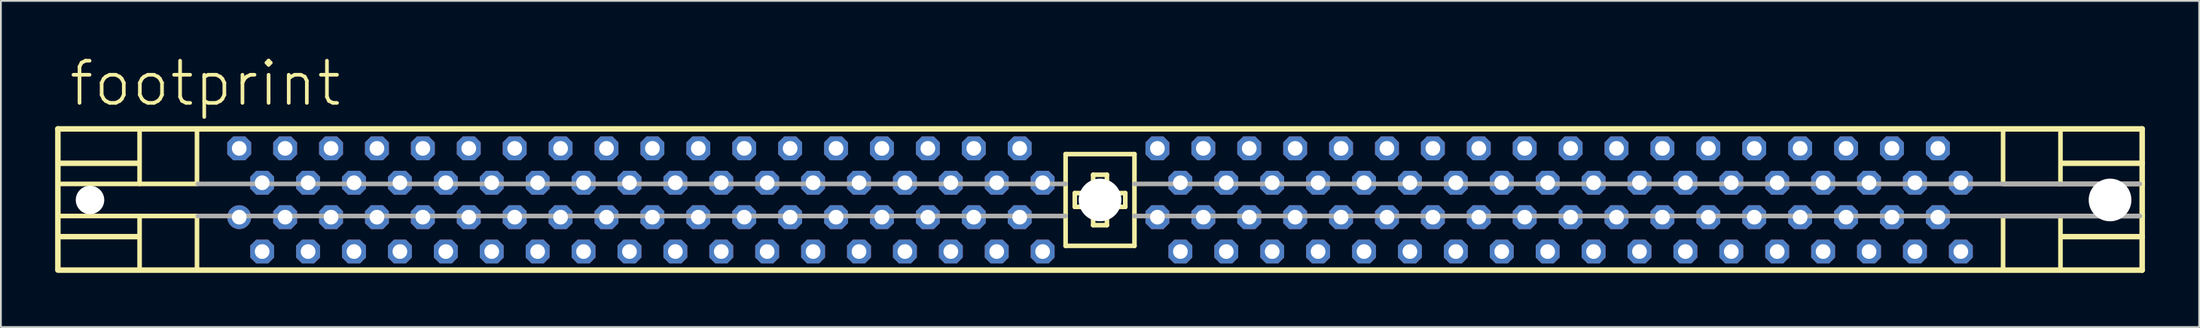
<source format=kicad_pcb>
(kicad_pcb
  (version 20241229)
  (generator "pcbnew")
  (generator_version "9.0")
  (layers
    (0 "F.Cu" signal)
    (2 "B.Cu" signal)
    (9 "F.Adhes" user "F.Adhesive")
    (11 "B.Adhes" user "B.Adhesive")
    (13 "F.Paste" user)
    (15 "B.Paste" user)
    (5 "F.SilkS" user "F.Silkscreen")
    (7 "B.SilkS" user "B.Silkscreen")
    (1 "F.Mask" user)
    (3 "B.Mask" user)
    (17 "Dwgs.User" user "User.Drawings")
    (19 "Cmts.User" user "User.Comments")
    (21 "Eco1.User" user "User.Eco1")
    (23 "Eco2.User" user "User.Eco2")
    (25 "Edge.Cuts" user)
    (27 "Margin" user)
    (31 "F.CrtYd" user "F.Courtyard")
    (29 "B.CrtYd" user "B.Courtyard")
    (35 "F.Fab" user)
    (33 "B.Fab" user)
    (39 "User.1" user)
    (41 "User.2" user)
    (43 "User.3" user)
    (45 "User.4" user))
  (footprint "footprint"
    (layer "F.Cu")
    (at 57.81 8.026)
    (property "Reference" "footprint" (at -57.15 -5.08 0) (layer "F.SilkS") (effects (font (size 2.337 2.337) (thickness 0.203)) (justify left bottom)))
    (fp_line (start -57.658 -3.937) (end -57.658 3.81) (stroke (width 0.305) (type solid)) (layer "F.SilkS"))
    (fp_line (start -57.658 -3.937) (end 57.658 -3.937) (stroke (width 0.305) (type solid)) (layer "F.SilkS"))
    (fp_line (start -57.658 -0.889) (end -50.038 -0.889) (stroke (width 0.254) (type solid)) (layer "F.SilkS"))
    (fp_line (start -57.658 0.889) (end -50.038 0.889) (stroke (width 0.254) (type solid)) (layer "F.SilkS"))
    (fp_line (start -57.531 -2.032) (end -53.213 -2.032) (stroke (width 0.305) (type solid)) (layer "F.SilkS"))
    (fp_line (start -57.531 2.032) (end -53.213 2.032) (stroke (width 0.305) (type solid)) (layer "F.SilkS"))
    (fp_line (start -53.137 -3.861) (end -53.137 -0.889) (stroke (width 0.254) (type solid)) (layer "F.SilkS"))
    (fp_line (start -53.137 0.889) (end -53.137 3.81) (stroke (width 0.254) (type solid)) (layer "F.SilkS"))
    (fp_line (start -49.962 -3.861) (end -49.962 -0.889) (stroke (width 0.254) (type solid)) (layer "F.SilkS"))
    (fp_line (start -49.962 0.889) (end -49.962 3.81) (stroke (width 0.254) (type solid)) (layer "F.SilkS"))
    (fp_line (start -1.905 -2.54) (end -1.905 2.54) (stroke (width 0.254) (type solid)) (layer "F.SilkS"))
    (fp_line (start -1.905 2.54) (end 1.905 2.54) (stroke (width 0.254) (type solid)) (layer "F.SilkS"))
    (fp_line (start -1.397 -0.381) (end -1.397 0.381) (stroke (width 0.254) (type solid)) (layer "F.SilkS"))
    (fp_line (start -1.397 0.381) (end -0.381 0.381) (stroke (width 0.254) (type solid)) (layer "F.SilkS"))
    (fp_line (start -0.381 -1.397) (end -0.381 -0.381) (stroke (width 0.254) (type solid)) (layer "F.SilkS"))
    (fp_line (start -0.381 -0.381) (end -1.397 -0.381) (stroke (width 0.254) (type solid)) (layer "F.SilkS"))
    (fp_line (start -0.381 0.381) (end -0.381 1.397) (stroke (width 0.254) (type solid)) (layer "F.SilkS"))
    (fp_line (start -0.381 1.397) (end 0.381 1.397) (stroke (width 0.254) (type solid)) (layer "F.SilkS"))
    (fp_line (start 0.381 -1.397) (end -0.381 -1.397) (stroke (width 0.254) (type solid)) (layer "F.SilkS"))
    (fp_line (start 0.381 -0.381) (end 0.381 -1.397) (stroke (width 0.254) (type solid)) (layer "F.SilkS"))
    (fp_line (start 0.381 0.381) (end 1.397 0.381) (stroke (width 0.254) (type solid)) (layer "F.SilkS"))
    (fp_line (start 0.381 1.397) (end 0.381 0.381) (stroke (width 0.254) (type solid)) (layer "F.SilkS"))
    (fp_line (start 1.397 -0.381) (end 0.381 -0.381) (stroke (width 0.254) (type solid)) (layer "F.SilkS"))
    (fp_line (start 1.397 0.381) (end 1.397 -0.381) (stroke (width 0.254) (type solid)) (layer "F.SilkS"))
    (fp_line (start 1.905 -2.54) (end -1.905 -2.54) (stroke (width 0.254) (type solid)) (layer "F.SilkS"))
    (fp_line (start 1.905 2.54) (end 1.905 -2.54) (stroke (width 0.254) (type solid)) (layer "F.SilkS"))
    (fp_line (start 49.962 -3.861) (end 49.962 -0.889) (stroke (width 0.254) (type solid)) (layer "F.SilkS"))
    (fp_line (start 49.962 0.889) (end 49.962 3.81) (stroke (width 0.254) (type solid)) (layer "F.SilkS"))
    (fp_line (start 53.137 -3.861) (end 53.137 -0.889) (stroke (width 0.254) (type solid)) (layer "F.SilkS"))
    (fp_line (start 53.137 0.889) (end 53.137 3.81) (stroke (width 0.254) (type solid)) (layer "F.SilkS"))
    (fp_line (start 57.658 -3.937) (end 57.658 -2.032) (stroke (width 0.305) (type solid)) (layer "F.SilkS"))
    (fp_line (start 57.658 -2.032) (end 53.213 -2.032) (stroke (width 0.305) (type solid)) (layer "F.SilkS"))
    (fp_line (start 57.658 -2.032) (end 57.658 -0.889) (stroke (width 0.305) (type solid)) (layer "F.SilkS"))
    (fp_line (start 57.658 -0.889) (end 50.038 -0.889) (stroke (width 0.254) (type solid)) (layer "F.SilkS"))
    (fp_line (start 57.658 -0.889) (end 57.658 0.889) (stroke (width 0.305) (type solid)) (layer "F.SilkS"))
    (fp_line (start 57.658 0.889) (end 50.038 0.889) (stroke (width 0.254) (type solid)) (layer "F.SilkS"))
    (fp_line (start 57.658 0.889) (end 57.658 2.032) (stroke (width 0.305) (type solid)) (layer "F.SilkS"))
    (fp_line (start 57.658 2.032) (end 53.213 2.032) (stroke (width 0.305) (type solid)) (layer "F.SilkS"))
    (fp_line (start 57.658 2.032) (end 57.658 3.886) (stroke (width 0.305) (type solid)) (layer "F.SilkS"))
    (fp_line (start 57.658 3.886) (end -57.658 3.886) (stroke (width 0.305) (type solid)) (layer "F.SilkS"))
    (fp_line (start -49.911 -0.889) (end -1.905 -0.889) (stroke (width 0.254) (type solid)) (layer "F.Fab"))
    (fp_line (start -49.911 0.889) (end -1.905 0.889) (stroke (width 0.254) (type solid)) (layer "F.Fab"))
    (fp_line (start 1.905 -0.889) (end 57.531 -0.889) (stroke (width 0.254) (type solid)) (layer "F.Fab"))
    (fp_line (start 1.905 0.889) (end 57.531 0.889) (stroke (width 0.254) (type solid)) (layer "F.Fab"))
    (pad "" np_thru_hole circle (at -55.88 0) (size 1.575 1.575) (drill 1.575) (layers "*.Cu" "*.Mask"))
    (pad "" np_thru_hole circle (at 0 0) (size 2.362 2.362) (drill 2.362) (layers "*.Cu" "*.Mask"))
    (pad "" np_thru_hole circle (at 55.88 0) (size 2.362 2.362) (drill 2.362) (layers "*.Cu" "*.Mask"))
    (pad "1" thru_hole circle (at -47.625 0.953) (size 1.321 1.321) (drill 0.813) (layers "*.Cu" "*.Mask"))
    (pad "2" thru_hole roundrect (at -46.355 2.857) (size 1.321 1.321) (drill 0.813) (layers "*.Cu" "*.Mask") (roundrect_rratio 0.25) (chamfer_ratio 0.25) (chamfer top_left top_right bottom_left bottom_right))
    (pad "3" thru_hole roundrect (at -45.085 0.953) (size 1.321 1.321) (drill 0.813) (layers "*.Cu" "*.Mask") (roundrect_rratio 0.25) (chamfer_ratio 0.25) (chamfer top_left top_right bottom_left bottom_right))
    (pad "4" thru_hole roundrect (at -43.815 2.857) (size 1.321 1.321) (drill 0.813) (layers "*.Cu" "*.Mask") (roundrect_rratio 0.25) (chamfer_ratio 0.25) (chamfer top_left top_right bottom_left bottom_right))
    (pad "5" thru_hole roundrect (at -42.545 0.953) (size 1.321 1.321) (drill 0.813) (layers "*.Cu" "*.Mask") (roundrect_rratio 0.25) (chamfer_ratio 0.25) (chamfer top_left top_right bottom_left bottom_right))
    (pad "6" thru_hole roundrect (at -41.275 2.857) (size 1.321 1.321) (drill 0.813) (layers "*.Cu" "*.Mask") (roundrect_rratio 0.25) (chamfer_ratio 0.25) (chamfer top_left top_right bottom_left bottom_right))
    (pad "7" thru_hole roundrect (at -40.005 0.953) (size 1.321 1.321) (drill 0.813) (layers "*.Cu" "*.Mask") (roundrect_rratio 0.25) (chamfer_ratio 0.25) (chamfer top_left top_right bottom_left bottom_right))
    (pad "8" thru_hole roundrect (at -38.735 2.857) (size 1.321 1.321) (drill 0.813) (layers "*.Cu" "*.Mask") (roundrect_rratio 0.25) (chamfer_ratio 0.25) (chamfer top_left top_right bottom_left bottom_right))
    (pad "9" thru_hole roundrect (at -37.465 0.953) (size 1.321 1.321) (drill 0.813) (layers "*.Cu" "*.Mask") (roundrect_rratio 0.25) (chamfer_ratio 0.25) (chamfer top_left top_right bottom_left bottom_right))
    (pad "10" thru_hole roundrect (at -36.195 2.857) (size 1.321 1.321) (drill 0.813) (layers "*.Cu" "*.Mask") (roundrect_rratio 0.25) (chamfer_ratio 0.25) (chamfer top_left top_right bottom_left bottom_right))
    (pad "11" thru_hole roundrect (at -34.925 0.953) (size 1.321 1.321) (drill 0.813) (layers "*.Cu" "*.Mask") (roundrect_rratio 0.25) (chamfer_ratio 0.25) (chamfer top_left top_right bottom_left bottom_right))
    (pad "12" thru_hole roundrect (at -33.655 2.857) (size 1.321 1.321) (drill 0.813) (layers "*.Cu" "*.Mask") (roundrect_rratio 0.25) (chamfer_ratio 0.25) (chamfer top_left top_right bottom_left bottom_right))
    (pad "13" thru_hole roundrect (at -32.385 0.953) (size 1.321 1.321) (drill 0.813) (layers "*.Cu" "*.Mask") (roundrect_rratio 0.25) (chamfer_ratio 0.25) (chamfer top_left top_right bottom_left bottom_right))
    (pad "14" thru_hole roundrect (at -31.115 2.857) (size 1.321 1.321) (drill 0.813) (layers "*.Cu" "*.Mask") (roundrect_rratio 0.25) (chamfer_ratio 0.25) (chamfer top_left top_right bottom_left bottom_right))
    (pad "15" thru_hole roundrect (at -29.845 0.953) (size 1.321 1.321) (drill 0.813) (layers "*.Cu" "*.Mask") (roundrect_rratio 0.25) (chamfer_ratio 0.25) (chamfer top_left top_right bottom_left bottom_right))
    (pad "16" thru_hole roundrect (at -28.575 2.857) (size 1.321 1.321) (drill 0.813) (layers "*.Cu" "*.Mask") (roundrect_rratio 0.25) (chamfer_ratio 0.25) (chamfer top_left top_right bottom_left bottom_right))
    (pad "17" thru_hole roundrect (at -27.305 0.953) (size 1.321 1.321) (drill 0.813) (layers "*.Cu" "*.Mask") (roundrect_rratio 0.25) (chamfer_ratio 0.25) (chamfer top_left top_right bottom_left bottom_right))
    (pad "18" thru_hole roundrect (at -26.035 2.857) (size 1.321 1.321) (drill 0.813) (layers "*.Cu" "*.Mask") (roundrect_rratio 0.25) (chamfer_ratio 0.25) (chamfer top_left top_right bottom_left bottom_right))
    (pad "19" thru_hole roundrect (at -24.765 0.953) (size 1.321 1.321) (drill 0.813) (layers "*.Cu" "*.Mask") (roundrect_rratio 0.25) (chamfer_ratio 0.25) (chamfer top_left top_right bottom_left bottom_right))
    (pad "20" thru_hole roundrect (at -23.495 2.857) (size 1.321 1.321) (drill 0.813) (layers "*.Cu" "*.Mask") (roundrect_rratio 0.25) (chamfer_ratio 0.25) (chamfer top_left top_right bottom_left bottom_right))
    (pad "21" thru_hole roundrect (at -22.225 0.953) (size 1.321 1.321) (drill 0.813) (layers "*.Cu" "*.Mask") (roundrect_rratio 0.25) (chamfer_ratio 0.25) (chamfer top_left top_right bottom_left bottom_right))
    (pad "22" thru_hole roundrect (at -20.955 2.857) (size 1.321 1.321) (drill 0.813) (layers "*.Cu" "*.Mask") (roundrect_rratio 0.25) (chamfer_ratio 0.25) (chamfer top_left top_right bottom_left bottom_right))
    (pad "23" thru_hole roundrect (at -19.685 0.953) (size 1.321 1.321) (drill 0.813) (layers "*.Cu" "*.Mask") (roundrect_rratio 0.25) (chamfer_ratio 0.25) (chamfer top_left top_right bottom_left bottom_right))
    (pad "24" thru_hole roundrect (at -18.415 2.857) (size 1.321 1.321) (drill 0.813) (layers "*.Cu" "*.Mask") (roundrect_rratio 0.25) (chamfer_ratio 0.25) (chamfer top_left top_right bottom_left bottom_right))
    (pad "25" thru_hole roundrect (at -17.145 0.953) (size 1.321 1.321) (drill 0.813) (layers "*.Cu" "*.Mask") (roundrect_rratio 0.25) (chamfer_ratio 0.25) (chamfer top_left top_right bottom_left bottom_right))
    (pad "26" thru_hole roundrect (at -15.875 2.857) (size 1.321 1.321) (drill 0.813) (layers "*.Cu" "*.Mask") (roundrect_rratio 0.25) (chamfer_ratio 0.25) (chamfer top_left top_right bottom_left bottom_right))
    (pad "27" thru_hole roundrect (at -14.605 0.953) (size 1.321 1.321) (drill 0.813) (layers "*.Cu" "*.Mask") (roundrect_rratio 0.25) (chamfer_ratio 0.25) (chamfer top_left top_right bottom_left bottom_right))
    (pad "28" thru_hole roundrect (at -13.335 2.857) (size 1.321 1.321) (drill 0.813) (layers "*.Cu" "*.Mask") (roundrect_rratio 0.25) (chamfer_ratio 0.25) (chamfer top_left top_right bottom_left bottom_right))
    (pad "29" thru_hole roundrect (at -12.065 0.953) (size 1.321 1.321) (drill 0.813) (layers "*.Cu" "*.Mask") (roundrect_rratio 0.25) (chamfer_ratio 0.25) (chamfer top_left top_right bottom_left bottom_right))
    (pad "30" thru_hole roundrect (at -10.795 2.857) (size 1.321 1.321) (drill 0.813) (layers "*.Cu" "*.Mask") (roundrect_rratio 0.25) (chamfer_ratio 0.25) (chamfer top_left top_right bottom_left bottom_right))
    (pad "31" thru_hole roundrect (at -9.525 0.953) (size 1.321 1.321) (drill 0.813) (layers "*.Cu" "*.Mask") (roundrect_rratio 0.25) (chamfer_ratio 0.25) (chamfer top_left top_right bottom_left bottom_right))
    (pad "32" thru_hole roundrect (at -8.255 2.857) (size 1.321 1.321) (drill 0.813) (layers "*.Cu" "*.Mask") (roundrect_rratio 0.25) (chamfer_ratio 0.25) (chamfer top_left top_right bottom_left bottom_right))
    (pad "33" thru_hole roundrect (at -6.985 0.953) (size 1.321 1.321) (drill 0.813) (layers "*.Cu" "*.Mask") (roundrect_rratio 0.25) (chamfer_ratio 0.25) (chamfer top_left top_right bottom_left bottom_right))
    (pad "34" thru_hole roundrect (at -5.715 2.857) (size 1.321 1.321) (drill 0.813) (layers "*.Cu" "*.Mask") (roundrect_rratio 0.25) (chamfer_ratio 0.25) (chamfer top_left top_right bottom_left bottom_right))
    (pad "35" thru_hole roundrect (at -4.445 0.953) (size 1.321 1.321) (drill 0.813) (layers "*.Cu" "*.Mask") (roundrect_rratio 0.25) (chamfer_ratio 0.25) (chamfer top_left top_right bottom_left bottom_right))
    (pad "36" thru_hole roundrect (at -3.175 2.857) (size 1.321 1.321) (drill 0.813) (layers "*.Cu" "*.Mask") (roundrect_rratio 0.25) (chamfer_ratio 0.25) (chamfer top_left top_right bottom_left bottom_right))
    (pad "37" thru_hole roundrect (at 3.175 0.953) (size 1.321 1.321) (drill 0.813) (layers "*.Cu" "*.Mask") (roundrect_rratio 0.25) (chamfer_ratio 0.25) (chamfer top_left top_right bottom_left bottom_right))
    (pad "38" thru_hole roundrect (at 4.445 2.857) (size 1.321 1.321) (drill 0.813) (layers "*.Cu" "*.Mask") (roundrect_rratio 0.25) (chamfer_ratio 0.25) (chamfer top_left top_right bottom_left bottom_right))
    (pad "39" thru_hole roundrect (at 5.715 0.953) (size 1.321 1.321) (drill 0.813) (layers "*.Cu" "*.Mask") (roundrect_rratio 0.25) (chamfer_ratio 0.25) (chamfer top_left top_right bottom_left bottom_right))
    (pad "40" thru_hole roundrect (at 6.985 2.857) (size 1.321 1.321) (drill 0.813) (layers "*.Cu" "*.Mask") (roundrect_rratio 0.25) (chamfer_ratio 0.25) (chamfer top_left top_right bottom_left bottom_right))
    (pad "41" thru_hole roundrect (at 8.255 0.953) (size 1.321 1.321) (drill 0.813) (layers "*.Cu" "*.Mask") (roundrect_rratio 0.25) (chamfer_ratio 0.25) (chamfer top_left top_right bottom_left bottom_right))
    (pad "42" thru_hole roundrect (at 9.525 2.857) (size 1.321 1.321) (drill 0.813) (layers "*.Cu" "*.Mask") (roundrect_rratio 0.25) (chamfer_ratio 0.25) (chamfer top_left top_right bottom_left bottom_right))
    (pad "43" thru_hole roundrect (at 10.795 0.953) (size 1.321 1.321) (drill 0.813) (layers "*.Cu" "*.Mask") (roundrect_rratio 0.25) (chamfer_ratio 0.25) (chamfer top_left top_right bottom_left bottom_right))
    (pad "44" thru_hole roundrect (at 12.065 2.857) (size 1.321 1.321) (drill 0.813) (layers "*.Cu" "*.Mask") (roundrect_rratio 0.25) (chamfer_ratio 0.25) (chamfer top_left top_right bottom_left bottom_right))
    (pad "45" thru_hole roundrect (at 13.335 0.953) (size 1.321 1.321) (drill 0.813) (layers "*.Cu" "*.Mask") (roundrect_rratio 0.25) (chamfer_ratio 0.25) (chamfer top_left top_right bottom_left bottom_right))
    (pad "46" thru_hole roundrect (at 14.605 2.857) (size 1.321 1.321) (drill 0.813) (layers "*.Cu" "*.Mask") (roundrect_rratio 0.25) (chamfer_ratio 0.25) (chamfer top_left top_right bottom_left bottom_right))
    (pad "47" thru_hole roundrect (at 15.875 0.953) (size 1.321 1.321) (drill 0.813) (layers "*.Cu" "*.Mask") (roundrect_rratio 0.25) (chamfer_ratio 0.25) (chamfer top_left top_right bottom_left bottom_right))
    (pad "48" thru_hole roundrect (at 17.145 2.857) (size 1.321 1.321) (drill 0.813) (layers "*.Cu" "*.Mask") (roundrect_rratio 0.25) (chamfer_ratio 0.25) (chamfer top_left top_right bottom_left bottom_right))
    (pad "49" thru_hole roundrect (at 18.415 0.953) (size 1.321 1.321) (drill 0.813) (layers "*.Cu" "*.Mask") (roundrect_rratio 0.25) (chamfer_ratio 0.25) (chamfer top_left top_right bottom_left bottom_right))
    (pad "50" thru_hole roundrect (at 19.685 2.857) (size 1.321 1.321) (drill 0.813) (layers "*.Cu" "*.Mask") (roundrect_rratio 0.25) (chamfer_ratio 0.25) (chamfer top_left top_right bottom_left bottom_right))
    (pad "51" thru_hole roundrect (at 20.955 0.953) (size 1.321 1.321) (drill 0.813) (layers "*.Cu" "*.Mask") (roundrect_rratio 0.25) (chamfer_ratio 0.25) (chamfer top_left top_right bottom_left bottom_right))
    (pad "52" thru_hole roundrect (at 22.225 2.857) (size 1.321 1.321) (drill 0.813) (layers "*.Cu" "*.Mask") (roundrect_rratio 0.25) (chamfer_ratio 0.25) (chamfer top_left top_right bottom_left bottom_right))
    (pad "53" thru_hole roundrect (at 23.495 0.953) (size 1.321 1.321) (drill 0.813) (layers "*.Cu" "*.Mask") (roundrect_rratio 0.25) (chamfer_ratio 0.25) (chamfer top_left top_right bottom_left bottom_right))
    (pad "54" thru_hole roundrect (at 24.765 2.857) (size 1.321 1.321) (drill 0.813) (layers "*.Cu" "*.Mask") (roundrect_rratio 0.25) (chamfer_ratio 0.25) (chamfer top_left top_right bottom_left bottom_right))
    (pad "55" thru_hole roundrect (at 26.035 0.953) (size 1.321 1.321) (drill 0.813) (layers "*.Cu" "*.Mask") (roundrect_rratio 0.25) (chamfer_ratio 0.25) (chamfer top_left top_right bottom_left bottom_right))
    (pad "56" thru_hole roundrect (at 27.305 2.857) (size 1.321 1.321) (drill 0.813) (layers "*.Cu" "*.Mask") (roundrect_rratio 0.25) (chamfer_ratio 0.25) (chamfer top_left top_right bottom_left bottom_right))
    (pad "57" thru_hole roundrect (at 28.575 0.953) (size 1.321 1.321) (drill 0.813) (layers "*.Cu" "*.Mask") (roundrect_rratio 0.25) (chamfer_ratio 0.25) (chamfer top_left top_right bottom_left bottom_right))
    (pad "58" thru_hole roundrect (at 29.845 2.857) (size 1.321 1.321) (drill 0.813) (layers "*.Cu" "*.Mask") (roundrect_rratio 0.25) (chamfer_ratio 0.25) (chamfer top_left top_right bottom_left bottom_right))
    (pad "59" thru_hole roundrect (at 31.115 0.953) (size 1.321 1.321) (drill 0.813) (layers "*.Cu" "*.Mask") (roundrect_rratio 0.25) (chamfer_ratio 0.25) (chamfer top_left top_right bottom_left bottom_right))
    (pad "60" thru_hole roundrect (at 32.385 2.857) (size 1.321 1.321) (drill 0.813) (layers "*.Cu" "*.Mask") (roundrect_rratio 0.25) (chamfer_ratio 0.25) (chamfer top_left top_right bottom_left bottom_right))
    (pad "61" thru_hole roundrect (at 33.655 0.953) (size 1.321 1.321) (drill 0.813) (layers "*.Cu" "*.Mask") (roundrect_rratio 0.25) (chamfer_ratio 0.25) (chamfer top_left top_right bottom_left bottom_right))
    (pad "62" thru_hole roundrect (at 34.925 2.857) (size 1.321 1.321) (drill 0.813) (layers "*.Cu" "*.Mask") (roundrect_rratio 0.25) (chamfer_ratio 0.25) (chamfer top_left top_right bottom_left bottom_right))
    (pad "63" thru_hole roundrect (at 36.195 0.953) (size 1.321 1.321) (drill 0.813) (layers "*.Cu" "*.Mask") (roundrect_rratio 0.25) (chamfer_ratio 0.25) (chamfer top_left top_right bottom_left bottom_right))
    (pad "64" thru_hole roundrect (at 37.465 2.857) (size 1.321 1.321) (drill 0.813) (layers "*.Cu" "*.Mask") (roundrect_rratio 0.25) (chamfer_ratio 0.25) (chamfer top_left top_right bottom_left bottom_right))
    (pad "65" thru_hole roundrect (at 38.735 0.953) (size 1.321 1.321) (drill 0.813) (layers "*.Cu" "*.Mask") (roundrect_rratio 0.25) (chamfer_ratio 0.25) (chamfer top_left top_right bottom_left bottom_right))
    (pad "66" thru_hole roundrect (at 40.005 2.857) (size 1.321 1.321) (drill 0.813) (layers "*.Cu" "*.Mask") (roundrect_rratio 0.25) (chamfer_ratio 0.25) (chamfer top_left top_right bottom_left bottom_right))
    (pad "67" thru_hole roundrect (at 41.275 0.953) (size 1.321 1.321) (drill 0.813) (layers "*.Cu" "*.Mask") (roundrect_rratio 0.25) (chamfer_ratio 0.25) (chamfer top_left top_right bottom_left bottom_right))
    (pad "68" thru_hole roundrect (at 42.545 2.857) (size 1.321 1.321) (drill 0.813) (layers "*.Cu" "*.Mask") (roundrect_rratio 0.25) (chamfer_ratio 0.25) (chamfer top_left top_right bottom_left bottom_right))
    (pad "69" thru_hole roundrect (at 43.815 0.953) (size 1.321 1.321) (drill 0.813) (layers "*.Cu" "*.Mask") (roundrect_rratio 0.25) (chamfer_ratio 0.25) (chamfer top_left top_right bottom_left bottom_right))
    (pad "70" thru_hole roundrect (at 45.085 2.857) (size 1.321 1.321) (drill 0.813) (layers "*.Cu" "*.Mask") (roundrect_rratio 0.25) (chamfer_ratio 0.25) (chamfer top_left top_right bottom_left bottom_right))
    (pad "71" thru_hole roundrect (at 46.355 0.953) (size 1.321 1.321) (drill 0.813) (layers "*.Cu" "*.Mask") (roundrect_rratio 0.25) (chamfer_ratio 0.25) (chamfer top_left top_right bottom_left bottom_right))
    (pad "72" thru_hole roundrect (at 47.625 2.857) (size 1.321 1.321) (drill 0.813) (layers "*.Cu" "*.Mask") (roundrect_rratio 0.25) (chamfer_ratio 0.25) (chamfer top_left top_right bottom_left bottom_right))
    (pad "73" thru_hole roundrect (at -47.625 -2.857) (size 1.321 1.321) (drill 0.813) (layers "*.Cu" "*.Mask") (roundrect_rratio 0.25) (chamfer_ratio 0.25) (chamfer top_left top_right bottom_left bottom_right))
    (pad "74" thru_hole roundrect (at -46.355 -0.953) (size 1.321 1.321) (drill 0.813) (layers "*.Cu" "*.Mask") (roundrect_rratio 0.25) (chamfer_ratio 0.25) (chamfer top_left top_right bottom_left bottom_right))
    (pad "75" thru_hole roundrect (at -45.085 -2.857) (size 1.321 1.321) (drill 0.813) (layers "*.Cu" "*.Mask") (roundrect_rratio 0.25) (chamfer_ratio 0.25) (chamfer top_left top_right bottom_left bottom_right))
    (pad "76" thru_hole roundrect (at -43.815 -0.953) (size 1.321 1.321) (drill 0.813) (layers "*.Cu" "*.Mask") (roundrect_rratio 0.25) (chamfer_ratio 0.25) (chamfer top_left top_right bottom_left bottom_right))
    (pad "77" thru_hole roundrect (at -42.545 -2.857) (size 1.321 1.321) (drill 0.813) (layers "*.Cu" "*.Mask") (roundrect_rratio 0.25) (chamfer_ratio 0.25) (chamfer top_left top_right bottom_left bottom_right))
    (pad "78" thru_hole roundrect (at -41.275 -0.953) (size 1.321 1.321) (drill 0.813) (layers "*.Cu" "*.Mask") (roundrect_rratio 0.25) (chamfer_ratio 0.25) (chamfer top_left top_right bottom_left bottom_right))
    (pad "79" thru_hole roundrect (at -40.005 -2.857) (size 1.321 1.321) (drill 0.813) (layers "*.Cu" "*.Mask") (roundrect_rratio 0.25) (chamfer_ratio 0.25) (chamfer top_left top_right bottom_left bottom_right))
    (pad "80" thru_hole roundrect (at -38.735 -0.953) (size 1.321 1.321) (drill 0.813) (layers "*.Cu" "*.Mask") (roundrect_rratio 0.25) (chamfer_ratio 0.25) (chamfer top_left top_right bottom_left bottom_right))
    (pad "81" thru_hole roundrect (at -37.465 -2.857) (size 1.321 1.321) (drill 0.813) (layers "*.Cu" "*.Mask") (roundrect_rratio 0.25) (chamfer_ratio 0.25) (chamfer top_left top_right bottom_left bottom_right))
    (pad "82" thru_hole roundrect (at -36.195 -0.953) (size 1.321 1.321) (drill 0.813) (layers "*.Cu" "*.Mask") (roundrect_rratio 0.25) (chamfer_ratio 0.25) (chamfer top_left top_right bottom_left bottom_right))
    (pad "83" thru_hole roundrect (at -34.925 -2.857) (size 1.321 1.321) (drill 0.813) (layers "*.Cu" "*.Mask") (roundrect_rratio 0.25) (chamfer_ratio 0.25) (chamfer top_left top_right bottom_left bottom_right))
    (pad "84" thru_hole roundrect (at -33.655 -0.953) (size 1.321 1.321) (drill 0.813) (layers "*.Cu" "*.Mask") (roundrect_rratio 0.25) (chamfer_ratio 0.25) (chamfer top_left top_right bottom_left bottom_right))
    (pad "85" thru_hole roundrect (at -32.385 -2.857) (size 1.321 1.321) (drill 0.813) (layers "*.Cu" "*.Mask") (roundrect_rratio 0.25) (chamfer_ratio 0.25) (chamfer top_left top_right bottom_left bottom_right))
    (pad "86" thru_hole roundrect (at -31.115 -0.953) (size 1.321 1.321) (drill 0.813) (layers "*.Cu" "*.Mask") (roundrect_rratio 0.25) (chamfer_ratio 0.25) (chamfer top_left top_right bottom_left bottom_right))
    (pad "87" thru_hole roundrect (at -29.845 -2.857) (size 1.321 1.321) (drill 0.813) (layers "*.Cu" "*.Mask") (roundrect_rratio 0.25) (chamfer_ratio 0.25) (chamfer top_left top_right bottom_left bottom_right))
    (pad "88" thru_hole roundrect (at -28.575 -0.953) (size 1.321 1.321) (drill 0.813) (layers "*.Cu" "*.Mask") (roundrect_rratio 0.25) (chamfer_ratio 0.25) (chamfer top_left top_right bottom_left bottom_right))
    (pad "89" thru_hole roundrect (at -27.305 -2.857) (size 1.321 1.321) (drill 0.813) (layers "*.Cu" "*.Mask") (roundrect_rratio 0.25) (chamfer_ratio 0.25) (chamfer top_left top_right bottom_left bottom_right))
    (pad "90" thru_hole roundrect (at -26.035 -0.953) (size 1.321 1.321) (drill 0.813) (layers "*.Cu" "*.Mask") (roundrect_rratio 0.25) (chamfer_ratio 0.25) (chamfer top_left top_right bottom_left bottom_right))
    (pad "91" thru_hole roundrect (at -24.765 -2.857) (size 1.321 1.321) (drill 0.813) (layers "*.Cu" "*.Mask") (roundrect_rratio 0.25) (chamfer_ratio 0.25) (chamfer top_left top_right bottom_left bottom_right))
    (pad "92" thru_hole roundrect (at -23.495 -0.953) (size 1.321 1.321) (drill 0.813) (layers "*.Cu" "*.Mask") (roundrect_rratio 0.25) (chamfer_ratio 0.25) (chamfer top_left top_right bottom_left bottom_right))
    (pad "93" thru_hole roundrect (at -22.225 -2.857) (size 1.321 1.321) (drill 0.813) (layers "*.Cu" "*.Mask") (roundrect_rratio 0.25) (chamfer_ratio 0.25) (chamfer top_left top_right bottom_left bottom_right))
    (pad "94" thru_hole roundrect (at -20.955 -0.953) (size 1.321 1.321) (drill 0.813) (layers "*.Cu" "*.Mask") (roundrect_rratio 0.25) (chamfer_ratio 0.25) (chamfer top_left top_right bottom_left bottom_right))
    (pad "95" thru_hole roundrect (at -19.685 -2.857) (size 1.321 1.321) (drill 0.813) (layers "*.Cu" "*.Mask") (roundrect_rratio 0.25) (chamfer_ratio 0.25) (chamfer top_left top_right bottom_left bottom_right))
    (pad "96" thru_hole roundrect (at -18.415 -0.953) (size 1.321 1.321) (drill 0.813) (layers "*.Cu" "*.Mask") (roundrect_rratio 0.25) (chamfer_ratio 0.25) (chamfer top_left top_right bottom_left bottom_right))
    (pad "97" thru_hole roundrect (at -17.145 -2.857) (size 1.321 1.321) (drill 0.813) (layers "*.Cu" "*.Mask") (roundrect_rratio 0.25) (chamfer_ratio 0.25) (chamfer top_left top_right bottom_left bottom_right))
    (pad "98" thru_hole roundrect (at -15.875 -0.953) (size 1.321 1.321) (drill 0.813) (layers "*.Cu" "*.Mask") (roundrect_rratio 0.25) (chamfer_ratio 0.25) (chamfer top_left top_right bottom_left bottom_right))
    (pad "99" thru_hole roundrect (at -14.605 -2.857) (size 1.321 1.321) (drill 0.813) (layers "*.Cu" "*.Mask") (roundrect_rratio 0.25) (chamfer_ratio 0.25) (chamfer top_left top_right bottom_left bottom_right))
    (pad "100" thru_hole roundrect (at -13.335 -0.953) (size 1.321 1.321) (drill 0.813) (layers "*.Cu" "*.Mask") (roundrect_rratio 0.25) (chamfer_ratio 0.25) (chamfer top_left top_right bottom_left bottom_right))
    (pad "101" thru_hole roundrect (at -12.065 -2.857) (size 1.321 1.321) (drill 0.813) (layers "*.Cu" "*.Mask") (roundrect_rratio 0.25) (chamfer_ratio 0.25) (chamfer top_left top_right bottom_left bottom_right))
    (pad "102" thru_hole roundrect (at -10.795 -0.953) (size 1.321 1.321) (drill 0.813) (layers "*.Cu" "*.Mask") (roundrect_rratio 0.25) (chamfer_ratio 0.25) (chamfer top_left top_right bottom_left bottom_right))
    (pad "103" thru_hole roundrect (at -9.525 -2.857) (size 1.321 1.321) (drill 0.813) (layers "*.Cu" "*.Mask") (roundrect_rratio 0.25) (chamfer_ratio 0.25) (chamfer top_left top_right bottom_left bottom_right))
    (pad "104" thru_hole roundrect (at -8.255 -0.953) (size 1.321 1.321) (drill 0.813) (layers "*.Cu" "*.Mask") (roundrect_rratio 0.25) (chamfer_ratio 0.25) (chamfer top_left top_right bottom_left bottom_right))
    (pad "105" thru_hole roundrect (at -6.985 -2.857) (size 1.321 1.321) (drill 0.813) (layers "*.Cu" "*.Mask") (roundrect_rratio 0.25) (chamfer_ratio 0.25) (chamfer top_left top_right bottom_left bottom_right))
    (pad "106" thru_hole roundrect (at -5.715 -0.953) (size 1.321 1.321) (drill 0.813) (layers "*.Cu" "*.Mask") (roundrect_rratio 0.25) (chamfer_ratio 0.25) (chamfer top_left top_right bottom_left bottom_right))
    (pad "107" thru_hole roundrect (at -4.445 -2.857) (size 1.321 1.321) (drill 0.813) (layers "*.Cu" "*.Mask") (roundrect_rratio 0.25) (chamfer_ratio 0.25) (chamfer top_left top_right bottom_left bottom_right))
    (pad "108" thru_hole roundrect (at -3.175 -0.953) (size 1.321 1.321) (drill 0.813) (layers "*.Cu" "*.Mask") (roundrect_rratio 0.25) (chamfer_ratio 0.25) (chamfer top_left top_right bottom_left bottom_right))
    (pad "109" thru_hole roundrect (at 3.175 -2.857) (size 1.321 1.321) (drill 0.813) (layers "*.Cu" "*.Mask") (roundrect_rratio 0.25) (chamfer_ratio 0.25) (chamfer top_left top_right bottom_left bottom_right))
    (pad "110" thru_hole roundrect (at 4.445 -0.953) (size 1.321 1.321) (drill 0.813) (layers "*.Cu" "*.Mask") (roundrect_rratio 0.25) (chamfer_ratio 0.25) (chamfer top_left top_right bottom_left bottom_right))
    (pad "111" thru_hole roundrect (at 5.715 -2.857) (size 1.321 1.321) (drill 0.813) (layers "*.Cu" "*.Mask") (roundrect_rratio 0.25) (chamfer_ratio 0.25) (chamfer top_left top_right bottom_left bottom_right))
    (pad "112" thru_hole roundrect (at 6.985 -0.953) (size 1.321 1.321) (drill 0.813) (layers "*.Cu" "*.Mask") (roundrect_rratio 0.25) (chamfer_ratio 0.25) (chamfer top_left top_right bottom_left bottom_right))
    (pad "113" thru_hole roundrect (at 8.255 -2.857) (size 1.321 1.321) (drill 0.813) (layers "*.Cu" "*.Mask") (roundrect_rratio 0.25) (chamfer_ratio 0.25) (chamfer top_left top_right bottom_left bottom_right))
    (pad "114" thru_hole roundrect (at 9.525 -0.953) (size 1.321 1.321) (drill 0.813) (layers "*.Cu" "*.Mask") (roundrect_rratio 0.25) (chamfer_ratio 0.25) (chamfer top_left top_right bottom_left bottom_right))
    (pad "115" thru_hole roundrect (at 10.795 -2.857) (size 1.321 1.321) (drill 0.813) (layers "*.Cu" "*.Mask") (roundrect_rratio 0.25) (chamfer_ratio 0.25) (chamfer top_left top_right bottom_left bottom_right))
    (pad "116" thru_hole roundrect (at 12.065 -0.953) (size 1.321 1.321) (drill 0.813) (layers "*.Cu" "*.Mask") (roundrect_rratio 0.25) (chamfer_ratio 0.25) (chamfer top_left top_right bottom_left bottom_right))
    (pad "117" thru_hole roundrect (at 13.335 -2.857) (size 1.321 1.321) (drill 0.813) (layers "*.Cu" "*.Mask") (roundrect_rratio 0.25) (chamfer_ratio 0.25) (chamfer top_left top_right bottom_left bottom_right))
    (pad "118" thru_hole roundrect (at 14.605 -0.953) (size 1.321 1.321) (drill 0.813) (layers "*.Cu" "*.Mask") (roundrect_rratio 0.25) (chamfer_ratio 0.25) (chamfer top_left top_right bottom_left bottom_right))
    (pad "119" thru_hole roundrect (at 15.875 -2.857) (size 1.321 1.321) (drill 0.813) (layers "*.Cu" "*.Mask") (roundrect_rratio 0.25) (chamfer_ratio 0.25) (chamfer top_left top_right bottom_left bottom_right))
    (pad "120" thru_hole roundrect (at 17.145 -0.953) (size 1.321 1.321) (drill 0.813) (layers "*.Cu" "*.Mask") (roundrect_rratio 0.25) (chamfer_ratio 0.25) (chamfer top_left top_right bottom_left bottom_right))
    (pad "121" thru_hole roundrect (at 18.415 -2.857) (size 1.321 1.321) (drill 0.813) (layers "*.Cu" "*.Mask") (roundrect_rratio 0.25) (chamfer_ratio 0.25) (chamfer top_left top_right bottom_left bottom_right))
    (pad "122" thru_hole roundrect (at 19.685 -0.953) (size 1.321 1.321) (drill 0.813) (layers "*.Cu" "*.Mask") (roundrect_rratio 0.25) (chamfer_ratio 0.25) (chamfer top_left top_right bottom_left bottom_right))
    (pad "123" thru_hole roundrect (at 20.955 -2.857) (size 1.321 1.321) (drill 0.813) (layers "*.Cu" "*.Mask") (roundrect_rratio 0.25) (chamfer_ratio 0.25) (chamfer top_left top_right bottom_left bottom_right))
    (pad "124" thru_hole roundrect (at 22.225 -0.953) (size 1.321 1.321) (drill 0.813) (layers "*.Cu" "*.Mask") (roundrect_rratio 0.25) (chamfer_ratio 0.25) (chamfer top_left top_right bottom_left bottom_right))
    (pad "125" thru_hole roundrect (at 23.495 -2.857) (size 1.321 1.321) (drill 0.813) (layers "*.Cu" "*.Mask") (roundrect_rratio 0.25) (chamfer_ratio 0.25) (chamfer top_left top_right bottom_left bottom_right))
    (pad "126" thru_hole roundrect (at 24.765 -0.953) (size 1.321 1.321) (drill 0.813) (layers "*.Cu" "*.Mask") (roundrect_rratio 0.25) (chamfer_ratio 0.25) (chamfer top_left top_right bottom_left bottom_right))
    (pad "127" thru_hole roundrect (at 26.035 -2.857) (size 1.321 1.321) (drill 0.813) (layers "*.Cu" "*.Mask") (roundrect_rratio 0.25) (chamfer_ratio 0.25) (chamfer top_left top_right bottom_left bottom_right))
    (pad "128" thru_hole roundrect (at 27.305 -0.953) (size 1.321 1.321) (drill 0.813) (layers "*.Cu" "*.Mask") (roundrect_rratio 0.25) (chamfer_ratio 0.25) (chamfer top_left top_right bottom_left bottom_right))
    (pad "129" thru_hole roundrect (at 28.575 -2.857) (size 1.321 1.321) (drill 0.813) (layers "*.Cu" "*.Mask") (roundrect_rratio 0.25) (chamfer_ratio 0.25) (chamfer top_left top_right bottom_left bottom_right))
    (pad "130" thru_hole roundrect (at 29.845 -0.953) (size 1.321 1.321) (drill 0.813) (layers "*.Cu" "*.Mask") (roundrect_rratio 0.25) (chamfer_ratio 0.25) (chamfer top_left top_right bottom_left bottom_right))
    (pad "131" thru_hole roundrect (at 31.115 -2.857) (size 1.321 1.321) (drill 0.813) (layers "*.Cu" "*.Mask") (roundrect_rratio 0.25) (chamfer_ratio 0.25) (chamfer top_left top_right bottom_left bottom_right))
    (pad "132" thru_hole roundrect (at 32.385 -0.953) (size 1.321 1.321) (drill 0.813) (layers "*.Cu" "*.Mask") (roundrect_rratio 0.25) (chamfer_ratio 0.25) (chamfer top_left top_right bottom_left bottom_right))
    (pad "133" thru_hole roundrect (at 33.655 -2.857) (size 1.321 1.321) (drill 0.813) (layers "*.Cu" "*.Mask") (roundrect_rratio 0.25) (chamfer_ratio 0.25) (chamfer top_left top_right bottom_left bottom_right))
    (pad "134" thru_hole roundrect (at 34.925 -0.953) (size 1.321 1.321) (drill 0.813) (layers "*.Cu" "*.Mask") (roundrect_rratio 0.25) (chamfer_ratio 0.25) (chamfer top_left top_right bottom_left bottom_right))
    (pad "135" thru_hole roundrect (at 36.195 -2.857) (size 1.321 1.321) (drill 0.813) (layers "*.Cu" "*.Mask") (roundrect_rratio 0.25) (chamfer_ratio 0.25) (chamfer top_left top_right bottom_left bottom_right))
    (pad "136" thru_hole roundrect (at 37.465 -0.953) (size 1.321 1.321) (drill 0.813) (layers "*.Cu" "*.Mask") (roundrect_rratio 0.25) (chamfer_ratio 0.25) (chamfer top_left top_right bottom_left bottom_right))
    (pad "137" thru_hole roundrect (at 38.735 -2.857) (size 1.321 1.321) (drill 0.813) (layers "*.Cu" "*.Mask") (roundrect_rratio 0.25) (chamfer_ratio 0.25) (chamfer top_left top_right bottom_left bottom_right))
    (pad "138" thru_hole roundrect (at 40.005 -0.953) (size 1.321 1.321) (drill 0.813) (layers "*.Cu" "*.Mask") (roundrect_rratio 0.25) (chamfer_ratio 0.25) (chamfer top_left top_right bottom_left bottom_right))
    (pad "139" thru_hole roundrect (at 41.275 -2.857) (size 1.321 1.321) (drill 0.813) (layers "*.Cu" "*.Mask") (roundrect_rratio 0.25) (chamfer_ratio 0.25) (chamfer top_left top_right bottom_left bottom_right))
    (pad "140" thru_hole roundrect (at 42.545 -0.953) (size 1.321 1.321) (drill 0.813) (layers "*.Cu" "*.Mask") (roundrect_rratio 0.25) (chamfer_ratio 0.25) (chamfer top_left top_right bottom_left bottom_right))
    (pad "141" thru_hole roundrect (at 43.815 -2.857) (size 1.321 1.321) (drill 0.813) (layers "*.Cu" "*.Mask") (roundrect_rratio 0.25) (chamfer_ratio 0.25) (chamfer top_left top_right bottom_left bottom_right))
    (pad "142" thru_hole roundrect (at 45.085 -0.953) (size 1.321 1.321) (drill 0.813) (layers "*.Cu" "*.Mask") (roundrect_rratio 0.25) (chamfer_ratio 0.25) (chamfer top_left top_right bottom_left bottom_right))
    (pad "143" thru_hole roundrect (at 46.355 -2.857) (size 1.321 1.321) (drill 0.813) (layers "*.Cu" "*.Mask") (roundrect_rratio 0.25) (chamfer_ratio 0.25) (chamfer top_left top_right bottom_left bottom_right))
    (pad "144" thru_hole roundrect (at 47.625 -0.953) (size 1.321 1.321) (drill 0.813) (layers "*.Cu" "*.Mask") (roundrect_rratio 0.25) (chamfer_ratio 0.25) (chamfer top_left top_right bottom_left bottom_right)))
  (gr_rect
    (start -3 -3)
    (end 118.621 15.065)
    (stroke (width 0.1) (type default))
    (fill no)
    (layer "Edge.Cuts")))
</source>
